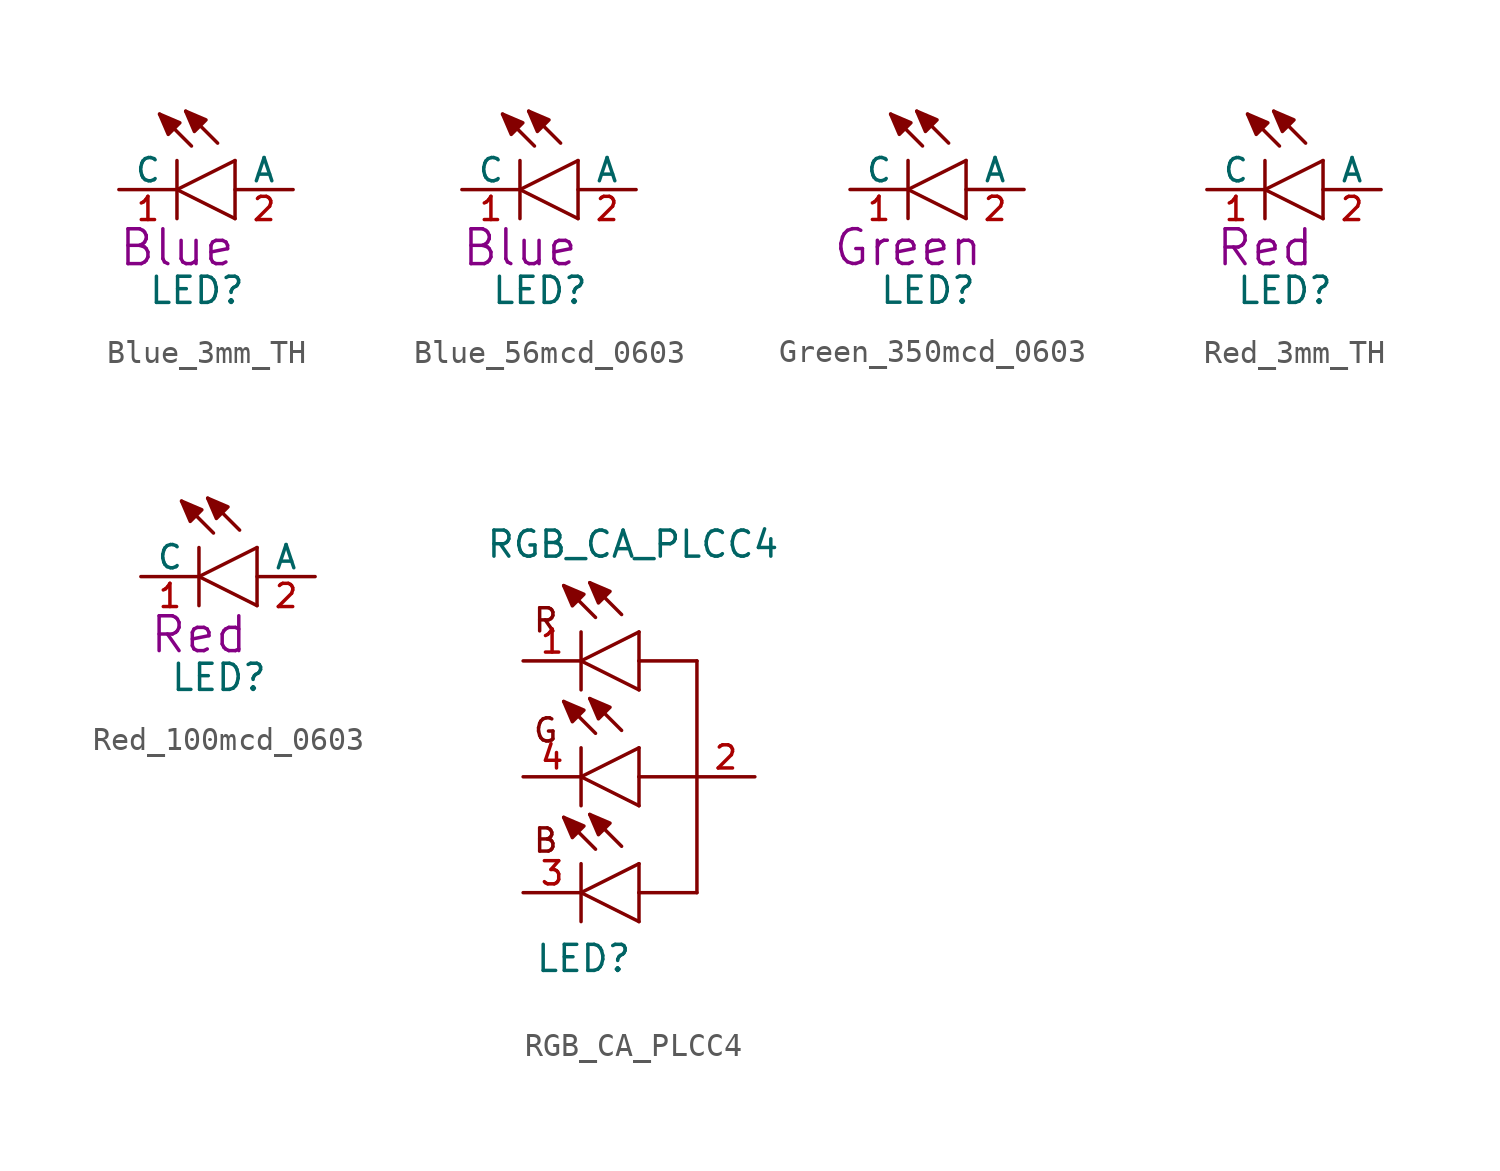
<source format=kicad_sym>
(kicad_symbol_lib
  (version 20241209)
  (generator "kicad_symbol_editor")
  (generator_version "9.0")
  (symbol "Blue_3mm_TH"
    (pin_names
      (offset 0))
    (property "Reference" "LED"
      (at -1.27 -5.08 0)
      (effects (font (size 1.143 1.143)) (justify left bottom)))
    (property "Display" "Blue"
      (at 0 -2.54 0)
      (effects (font (size 1.524 1.524))))
    (symbol "Blue_3mm_TH_1_0"
      (polyline (pts (xy 0 0) (xy 0 1.27)) (stroke (width 0) (type default)) (fill (type none)))
      (polyline (pts (xy 0 0) (xy 2.54 1.27)) (stroke (width 0) (type default)) (fill (type none)))
      (polyline (pts (xy 0 -1.27) (xy 0 0)) (stroke (width 0) (type default)) (fill (type none)))
      (polyline (pts (xy 0.635 1.905) (xy -0.762 3.302)) (stroke (width 0) (type default)) (fill (type none)))
      (polyline (pts (xy 1.778 2.032) (xy 0.381 3.429)) (stroke (width 0) (type default)) (fill (type none)))
      (polyline (pts (xy 2.54 -1.27) (xy 0 0)) (stroke (width 0) (type default)) (fill (type none)))
      (polyline (pts (xy 2.54 -1.27) (xy 2.54 1.27)) (stroke (width 0) (type default)) (fill (type none))))
    (symbol "Blue_3mm_TH_1_1"
      (polyline (pts (xy -0.762 3.302) (xy 0.127 2.921) (xy 0.127 2.921) (xy -0.381 2.413) (xy -0.381 2.413) (xy -0.762 3.302)) (stroke (width 0) (type default)) (fill (type outline)))
      (polyline (pts (xy 0.381 3.429) (xy 1.27 3.048) (xy 1.27 3.048) (xy 0.762 2.54) (xy 0.762 2.54) (xy 0.381 3.429)) (stroke (width 0) (type default)) (fill (type outline)))
      (pin passive line (at -2.54 0 0) (length 2.54) (name "C" (effects (font (size 1.016 1.016)))) (number "1" (effects (font (size 1.016 1.016)))))
      (pin passive line (at 5.08 0 180) (length 2.54) (name "A" (effects (font (size 1.016 1.016)))) (number "2" (effects (font (size 1.016 1.016)))))))
  (symbol "Blue_56mcd_0603"
    (pin_names
      (offset 0))
    (property "Reference" "LED"
      (at -1.27 -5.08 0)
      (effects (font (size 1.143 1.143)) (justify left bottom)))
    (property "Display" "Blue"
      (at 0 -2.54 0)
      (effects (font (size 1.524 1.524))))
    (symbol "Blue_56mcd_0603_1_0"
      (polyline (pts (xy 0 0) (xy 0 1.27)) (stroke (width 0) (type default)) (fill (type none)))
      (polyline (pts (xy 0 0) (xy 2.54 1.27)) (stroke (width 0) (type default)) (fill (type none)))
      (polyline (pts (xy 0 -1.27) (xy 0 0)) (stroke (width 0) (type default)) (fill (type none)))
      (polyline (pts (xy 0.635 1.905) (xy -0.762 3.302)) (stroke (width 0) (type default)) (fill (type none)))
      (polyline (pts (xy 1.778 2.032) (xy 0.381 3.429)) (stroke (width 0) (type default)) (fill (type none)))
      (polyline (pts (xy 2.54 -1.27) (xy 0 0)) (stroke (width 0) (type default)) (fill (type none)))
      (polyline (pts (xy 2.54 -1.27) (xy 2.54 1.27)) (stroke (width 0) (type default)) (fill (type none))))
    (symbol "Blue_56mcd_0603_1_1"
      (polyline (pts (xy -0.762 3.302) (xy 0.127 2.921) (xy 0.127 2.921) (xy -0.381 2.413) (xy -0.381 2.413) (xy -0.762 3.302)) (stroke (width 0) (type default)) (fill (type outline)))
      (polyline (pts (xy 0.381 3.429) (xy 1.27 3.048) (xy 1.27 3.048) (xy 0.762 2.54) (xy 0.762 2.54) (xy 0.381 3.429)) (stroke (width 0) (type default)) (fill (type outline)))
      (pin passive line (at -2.54 0 0) (length 2.54) (name "C" (effects (font (size 1.016 1.016)))) (number "1" (effects (font (size 1.016 1.016)))))
      (pin passive line (at 5.08 0 180) (length 2.54) (name "A" (effects (font (size 1.016 1.016)))) (number "2" (effects (font (size 1.016 1.016)))))))
  (symbol "Green_350mcd_0603"
    (pin_names
      (offset 0))
    (property "Reference" "LED"
      (at -1.27 -5.08 0)
      (effects (font (size 1.143 1.143)) (justify left bottom)))
    (property "Display" "Green"
      (at 0 -2.54 0)
      (effects (font (size 1.524 1.524))))
    (symbol "Green_350mcd_0603_1_0"
      (polyline (pts (xy 0 0) (xy 0 1.27)) (stroke (width 0) (type default)) (fill (type none)))
      (polyline (pts (xy 0 0) (xy 2.54 1.27)) (stroke (width 0) (type default)) (fill (type none)))
      (polyline (pts (xy 0 -1.27) (xy 0 0)) (stroke (width 0) (type default)) (fill (type none)))
      (polyline (pts (xy 0.635 1.905) (xy -0.762 3.302)) (stroke (width 0) (type default)) (fill (type none)))
      (polyline (pts (xy 1.778 2.032) (xy 0.381 3.429)) (stroke (width 0) (type default)) (fill (type none)))
      (polyline (pts (xy 2.54 -1.27) (xy 0 0)) (stroke (width 0) (type default)) (fill (type none)))
      (polyline (pts (xy 2.54 -1.27) (xy 2.54 1.27)) (stroke (width 0) (type default)) (fill (type none))))
    (symbol "Green_350mcd_0603_1_1"
      (polyline (pts (xy -0.762 3.302) (xy 0.127 2.921) (xy 0.127 2.921) (xy -0.381 2.413) (xy -0.381 2.413) (xy -0.762 3.302)) (stroke (width 0) (type default)) (fill (type outline)))
      (polyline (pts (xy 0.381 3.429) (xy 1.27 3.048) (xy 1.27 3.048) (xy 0.762 2.54) (xy 0.762 2.54) (xy 0.381 3.429)) (stroke (width 0) (type default)) (fill (type outline)))
      (pin passive line (at -2.54 0 0) (length 2.54) (name "C" (effects (font (size 1.016 1.016)))) (number "1" (effects (font (size 1.016 1.016)))))
      (pin passive line (at 5.08 0 180) (length 2.54) (name "A" (effects (font (size 1.016 1.016)))) (number "2" (effects (font (size 1.016 1.016)))))))
  (symbol "Red_3mm_TH"
    (pin_names
      (offset 0))
    (property "Reference" "LED"
      (at -1.27 -5.08 0)
      (effects (font (size 1.143 1.143)) (justify left bottom)))
    (property "Display" "Red"
      (at 0 -2.54 0)
      (effects (font (size 1.524 1.524))))
    (symbol "Red_3mm_TH_1_0"
      (polyline (pts (xy 0 0) (xy 0 1.27)) (stroke (width 0) (type default)) (fill (type none)))
      (polyline (pts (xy 0 0) (xy 2.54 1.27)) (stroke (width 0) (type default)) (fill (type none)))
      (polyline (pts (xy 0 -1.27) (xy 0 0)) (stroke (width 0) (type default)) (fill (type none)))
      (polyline (pts (xy 0.635 1.905) (xy -0.762 3.302)) (stroke (width 0) (type default)) (fill (type none)))
      (polyline (pts (xy 1.778 2.032) (xy 0.381 3.429)) (stroke (width 0) (type default)) (fill (type none)))
      (polyline (pts (xy 2.54 -1.27) (xy 0 0)) (stroke (width 0) (type default)) (fill (type none)))
      (polyline (pts (xy 2.54 -1.27) (xy 2.54 1.27)) (stroke (width 0) (type default)) (fill (type none))))
    (symbol "Red_3mm_TH_1_1"
      (polyline (pts (xy -0.762 3.302) (xy 0.127 2.921) (xy 0.127 2.921) (xy -0.381 2.413) (xy -0.381 2.413) (xy -0.762 3.302)) (stroke (width 0) (type default)) (fill (type outline)))
      (polyline (pts (xy 0.381 3.429) (xy 1.27 3.048) (xy 1.27 3.048) (xy 0.762 2.54) (xy 0.762 2.54) (xy 0.381 3.429)) (stroke (width 0) (type default)) (fill (type outline)))
      (pin passive line (at -2.54 0 0) (length 2.54) (name "C" (effects (font (size 1.016 1.016)))) (number "1" (effects (font (size 1.016 1.016)))))
      (pin passive line (at 5.08 0 180) (length 2.54) (name "A" (effects (font (size 1.016 1.016)))) (number "2" (effects (font (size 1.016 1.016)))))))
  (symbol "Red_100mcd_0603"
    (pin_names
      (offset 0))
    (property "Reference" "LED"
      (at -1.27 -5.08 0)
      (effects (font (size 1.143 1.143)) (justify left bottom)))
    (property "Display" "Red"
      (at 0 -2.54 0)
      (effects (font (size 1.524 1.524))))
    (symbol "Red_100mcd_0603_1_0"
      (polyline (pts (xy 0 0) (xy 0 1.27)) (stroke (width 0) (type default)) (fill (type none)))
      (polyline (pts (xy 0 0) (xy 2.54 1.27)) (stroke (width 0) (type default)) (fill (type none)))
      (polyline (pts (xy 0 -1.27) (xy 0 0)) (stroke (width 0) (type default)) (fill (type none)))
      (polyline (pts (xy 0.635 1.905) (xy -0.762 3.302)) (stroke (width 0) (type default)) (fill (type none)))
      (polyline (pts (xy 1.778 2.032) (xy 0.381 3.429)) (stroke (width 0) (type default)) (fill (type none)))
      (polyline (pts (xy 2.54 -1.27) (xy 0 0)) (stroke (width 0) (type default)) (fill (type none)))
      (polyline (pts (xy 2.54 -1.27) (xy 2.54 1.27)) (stroke (width 0) (type default)) (fill (type none))))
    (symbol "Red_100mcd_0603_1_1"
      (polyline (pts (xy -0.762 3.302) (xy 0.127 2.921) (xy 0.127 2.921) (xy -0.381 2.413) (xy -0.381 2.413) (xy -0.762 3.302)) (stroke (width 0) (type default)) (fill (type outline)))
      (polyline (pts (xy 0.381 3.429) (xy 1.27 3.048) (xy 1.27 3.048) (xy 0.762 2.54) (xy 0.762 2.54) (xy 0.381 3.429)) (stroke (width 0) (type default)) (fill (type outline)))
      (pin passive line (at -2.54 0 0) (length 2.54) (name "C" (effects (font (size 1.016 1.016)))) (number "1" (effects (font (size 1.016 1.016)))))
      (pin passive line (at 5.08 0 180) (length 2.54) (name "A" (effects (font (size 1.016 1.016)))) (number "2" (effects (font (size 1.016 1.016)))))))
  (symbol "RGB_CA_PLCC4"
    (pin_names
      (offset 1.016)
      (hide yes))
    (property "Reference" "LED"
      (at -4.572 -8.636 0)
      (effects (font (size 1.143 1.143)) (justify left bottom)))
    (property "Value" "RGB_CA_PLCC4"
      (at -6.731 9.525 0)
      (effects (font (size 1.143 1.143)) (justify left bottom)))
    (symbol "RGB_CA_PLCC4_1_0"
      (polyline (pts (xy -2.54 5.08) (xy -2.54 6.35)) (stroke (width 0) (type default)) (fill (type none)))
      (polyline (pts (xy -2.54 5.08) (xy 0 6.35)) (stroke (width 0) (type default)) (fill (type none)))
      (polyline (pts (xy -2.54 3.81) (xy -2.54 5.08)) (stroke (width 0) (type default)) (fill (type none)))
      (polyline (pts (xy -2.54 0) (xy -2.54 1.27)) (stroke (width 0) (type default)) (fill (type none)))
      (polyline (pts (xy -2.54 0) (xy 0 1.27)) (stroke (width 0) (type default)) (fill (type none)))
      (polyline (pts (xy -2.54 -1.27) (xy -2.54 0)) (stroke (width 0) (type default)) (fill (type none)))
      (polyline (pts (xy -2.54 -5.08) (xy -2.54 -3.81)) (stroke (width 0) (type default)) (fill (type none)))
      (polyline (pts (xy -2.54 -5.08) (xy 0 -3.81)) (stroke (width 0) (type default)) (fill (type none)))
      (polyline (pts (xy -2.54 -6.35) (xy -2.54 -5.08)) (stroke (width 0) (type default)) (fill (type none)))
      (polyline (pts (xy -1.905 6.985) (xy -3.302 8.382)) (stroke (width 0) (type default)) (fill (type none)))
      (polyline (pts (xy -1.905 1.905) (xy -3.302 3.302)) (stroke (width 0) (type default)) (fill (type none)))
      (polyline (pts (xy -1.905 -3.175) (xy -3.302 -1.778)) (stroke (width 0) (type default)) (fill (type none)))
      (polyline (pts (xy -0.762 7.112) (xy -2.159 8.509)) (stroke (width 0) (type default)) (fill (type none)))
      (polyline (pts (xy -0.762 2.032) (xy -2.159 3.429)) (stroke (width 0) (type default)) (fill (type none)))
      (polyline (pts (xy -0.762 -3.048) (xy -2.159 -1.651)) (stroke (width 0) (type default)) (fill (type none)))
      (polyline (pts (xy 0 5.08) (xy 0 6.35)) (stroke (width 0) (type default)) (fill (type none)))
      (polyline (pts (xy 0 3.81) (xy -2.54 5.08)) (stroke (width 0) (type default)) (fill (type none)))
      (polyline (pts (xy 0 3.81) (xy 0 5.08)) (stroke (width 0) (type default)) (fill (type none)))
      (polyline (pts (xy 0 0) (xy 0 1.27)) (stroke (width 0) (type default)) (fill (type none)))
      (polyline (pts (xy 0 -1.27) (xy -2.54 0)) (stroke (width 0) (type default)) (fill (type none)))
      (polyline (pts (xy 0 -1.27) (xy 0 0)) (stroke (width 0) (type default)) (fill (type none)))
      (polyline (pts (xy 0 -5.08) (xy 0 -3.81)) (stroke (width 0) (type default)) (fill (type none)))
      (polyline (pts (xy 0 -6.35) (xy -2.54 -5.08)) (stroke (width 0) (type default)) (fill (type none)))
      (polyline (pts (xy 0 -6.35) (xy 0 -5.08)) (stroke (width 0) (type default)) (fill (type none)))
      (polyline (pts (xy 2.54 5.08) (xy 0 5.08)) (stroke (width 0) (type default)) (fill (type none)))
      (polyline (pts (xy 2.54 5.08) (xy 2.54 0)) (stroke (width 0) (type default)) (fill (type none)))
      (polyline (pts (xy 2.54 0) (xy 0 0)) (stroke (width 0) (type default)) (fill (type none)))
      (polyline (pts (xy 2.54 0) (xy 2.54 -5.08)) (stroke (width 0) (type default)) (fill (type none)))
      (polyline (pts (xy 2.54 -5.08) (xy 0 -5.08)) (stroke (width 0) (type default)) (fill (type none)))
      (text "R" (at -4.089 6.858 0) (effects (font (size 1.016 1.016))))
      (text "G" (at -4.089 2.032 0) (effects (font (size 1.016 1.016))))
      (text "B" (at -4.089 -2.794 0) (effects (font (size 1.016 1.016)))))
    (symbol "RGB_CA_PLCC4_1_1"
      (polyline (pts (xy -3.302 8.382) (xy -2.413 8.001) (xy -2.413 8.001) (xy -2.921 7.493) (xy -2.921 7.493) (xy -3.302 8.382)) (stroke (width 0) (type default)) (fill (type outline)))
      (polyline (pts (xy -3.302 3.302) (xy -2.413 2.921) (xy -2.413 2.921) (xy -2.921 2.413) (xy -2.921 2.413) (xy -3.302 3.302)) (stroke (width 0) (type default)) (fill (type outline)))
      (polyline (pts (xy -3.302 -1.778) (xy -2.413 -2.159) (xy -2.413 -2.159) (xy -2.921 -2.667) (xy -2.921 -2.667) (xy -3.302 -1.778)) (stroke (width 0) (type default)) (fill (type outline)))
      (polyline (pts (xy -2.159 8.509) (xy -1.27 8.128) (xy -1.27 8.128) (xy -1.778 7.62) (xy -1.778 7.62) (xy -2.159 8.509)) (stroke (width 0) (type default)) (fill (type outline)))
      (polyline (pts (xy -2.159 3.429) (xy -1.27 3.048) (xy -1.27 3.048) (xy -1.778 2.54) (xy -1.778 2.54) (xy -2.159 3.429)) (stroke (width 0) (type default)) (fill (type outline)))
      (polyline (pts (xy -2.159 -1.651) (xy -1.27 -2.032) (xy -1.27 -2.032) (xy -1.778 -2.54) (xy -1.778 -2.54) (xy -2.159 -1.651)) (stroke (width 0) (type default)) (fill (type outline)))
      (pin passive line (at -5.08 5.08 0) (length 2.54) (name "CR" (effects (font (size 1.016 1.016)))) (number "1" (effects (font (size 1.016 1.016)))))
      (pin passive line (at -5.08 0 0) (length 2.54) (name "CG" (effects (font (size 1.016 1.016)))) (number "4" (effects (font (size 1.016 1.016)))))
      (pin passive line (at -5.08 -5.08 0) (length 2.54) (name "CB" (effects (font (size 1.016 1.016)))) (number "3" (effects (font (size 1.016 1.016)))))
      (pin passive line (at 5.08 0 180) (length 2.54) (name "A" (effects (font (size 1.016 1.016)))) (number "2" (effects (font (size 1.016 1.016))))))))
</source>
